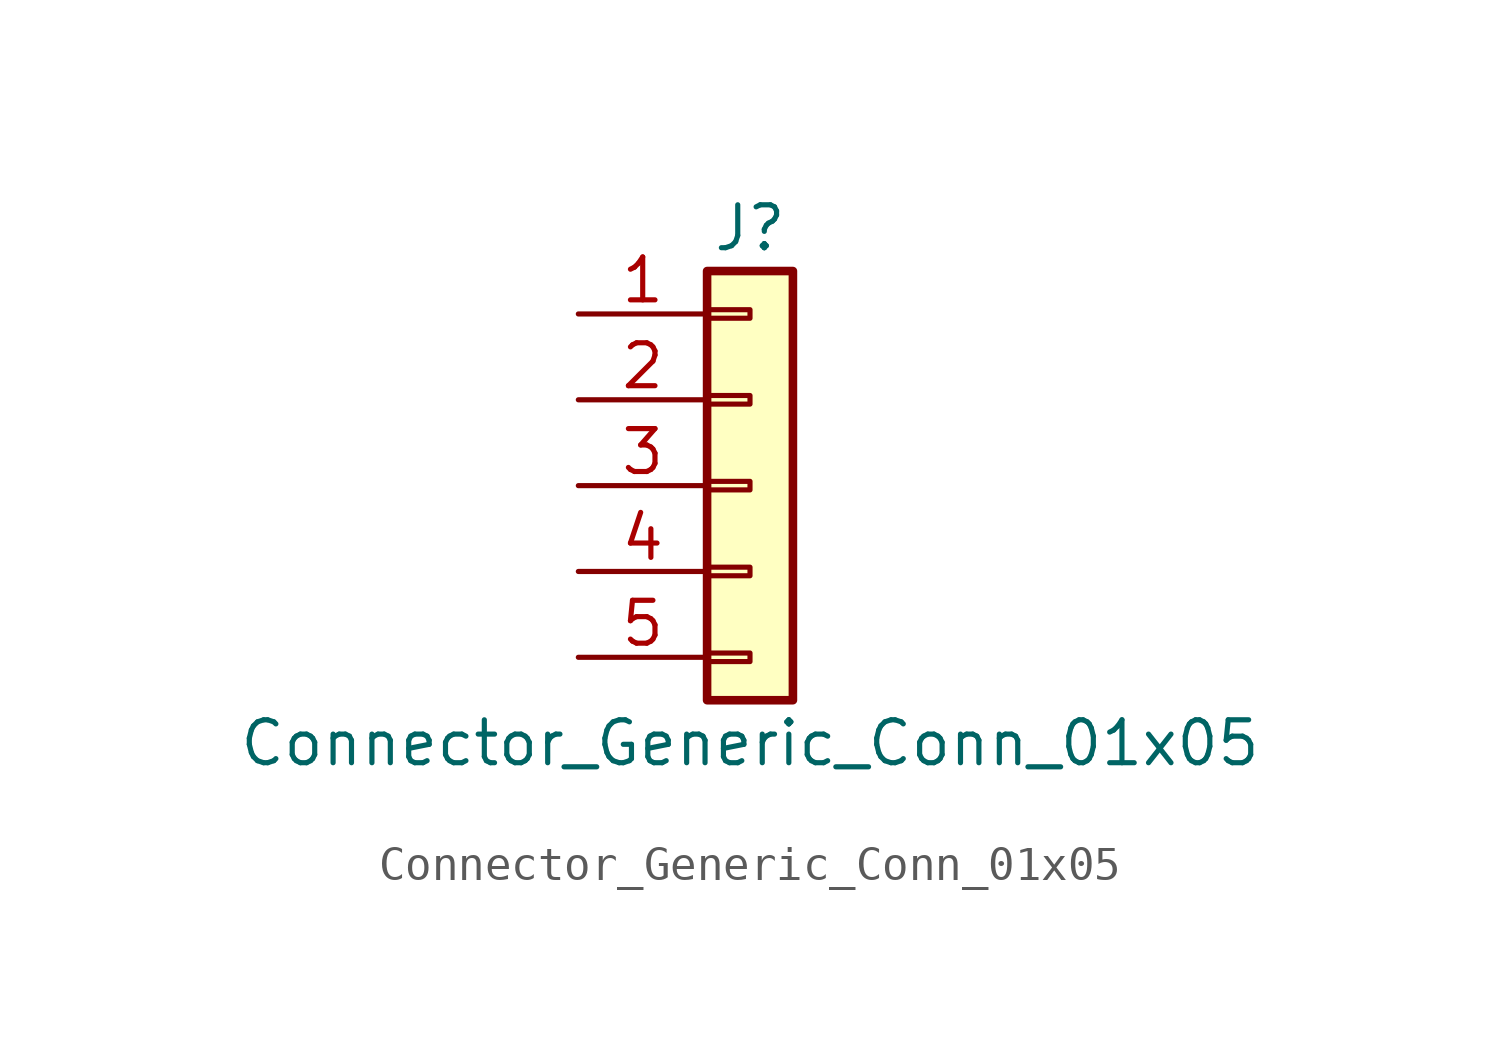
<source format=kicad_sym>
(kicad_symbol_lib
  (version 20211014)
  (generator kicad_symbol_editor)
  (symbol "Connector_Generic_Conn_01x05"
    (pin_names
      (offset 1.016) hide)
    (property "Reference" "J"
      (at 0 7.62 0)
      (effects (font (size 1.27 1.27))))
    (property "Value" "Connector_Generic_Conn_01x05"
      (at 0 -7.62 0)
      (effects (font (size 1.27 1.27))))
    (symbol "Connector_Generic_Conn_01x05_1_1"
      (rectangle (start -1.27 -4.953) (end 0 -5.207) (stroke (width 0.152) (type default) (color 0 0 0 0)) (fill (type none)))
      (rectangle (start -1.27 -2.413) (end 0 -2.667) (stroke (width 0.152) (type default) (color 0 0 0 0)) (fill (type none)))
      (rectangle (start -1.27 0.127) (end 0 -0.127) (stroke (width 0.152) (type default) (color 0 0 0 0)) (fill (type none)))
      (rectangle (start -1.27 2.667) (end 0 2.413) (stroke (width 0.152) (type default) (color 0 0 0 0)) (fill (type none)))
      (rectangle (start -1.27 5.207) (end 0 4.953) (stroke (width 0.152) (type default) (color 0 0 0 0)) (fill (type none)))
      (rectangle (start -1.27 6.35) (end 1.27 -6.35) (stroke (width 0.254) (type default) (color 0 0 0 0)) (fill (type background)))
      (pin passive line (at -5.08 5.08 0) (length 3.81) (name "Pin_1" (effects (font (size 1.27 1.27)))) (number "1" (effects (font (size 1.27 1.27)))))
      (pin passive line (at -5.08 2.54 0) (length 3.81) (name "Pin_2" (effects (font (size 1.27 1.27)))) (number "2" (effects (font (size 1.27 1.27)))))
      (pin passive line (at -5.08 0 0) (length 3.81) (name "Pin_3" (effects (font (size 1.27 1.27)))) (number "3" (effects (font (size 1.27 1.27)))))
      (pin passive line (at -5.08 -2.54 0) (length 3.81) (name "Pin_4" (effects (font (size 1.27 1.27)))) (number "4" (effects (font (size 1.27 1.27)))))
      (pin passive line (at -5.08 -5.08 0) (length 3.81) (name "Pin_5" (effects (font (size 1.27 1.27)))) (number "5" (effects (font (size 1.27 1.27))))))))
</source>
